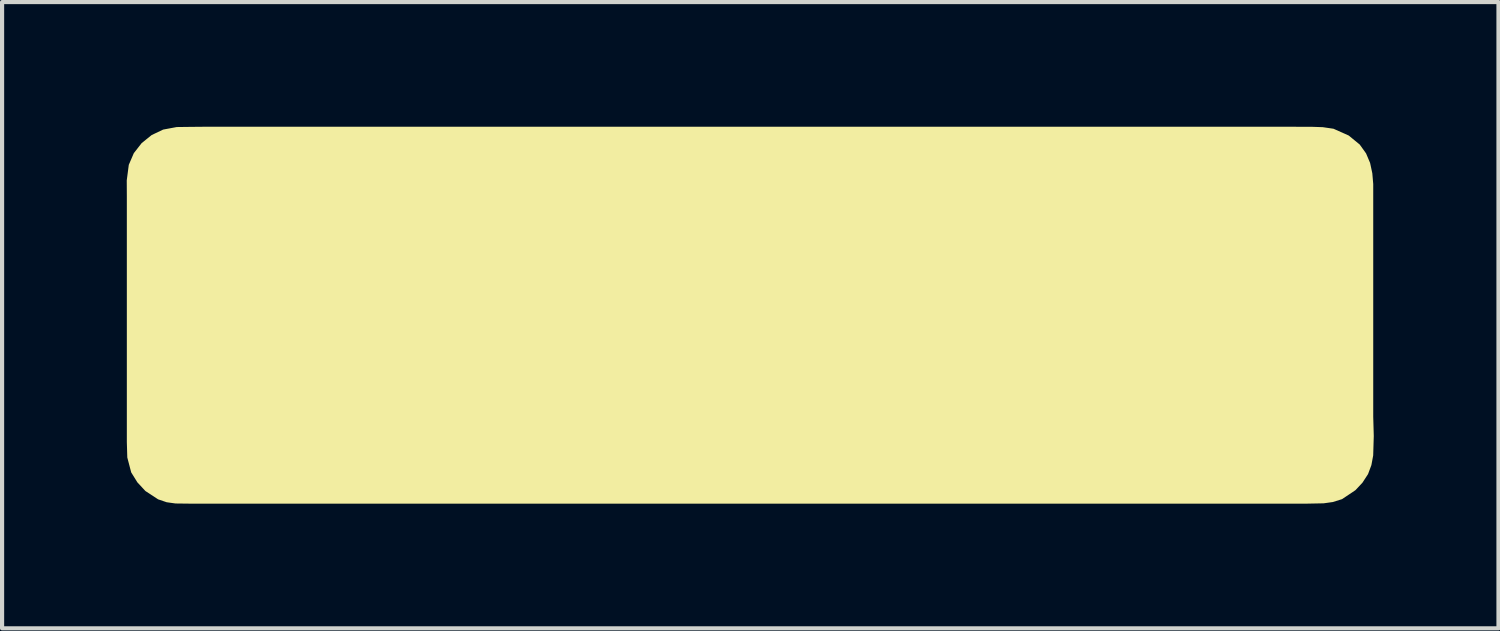
<source format=kicad_pcb>
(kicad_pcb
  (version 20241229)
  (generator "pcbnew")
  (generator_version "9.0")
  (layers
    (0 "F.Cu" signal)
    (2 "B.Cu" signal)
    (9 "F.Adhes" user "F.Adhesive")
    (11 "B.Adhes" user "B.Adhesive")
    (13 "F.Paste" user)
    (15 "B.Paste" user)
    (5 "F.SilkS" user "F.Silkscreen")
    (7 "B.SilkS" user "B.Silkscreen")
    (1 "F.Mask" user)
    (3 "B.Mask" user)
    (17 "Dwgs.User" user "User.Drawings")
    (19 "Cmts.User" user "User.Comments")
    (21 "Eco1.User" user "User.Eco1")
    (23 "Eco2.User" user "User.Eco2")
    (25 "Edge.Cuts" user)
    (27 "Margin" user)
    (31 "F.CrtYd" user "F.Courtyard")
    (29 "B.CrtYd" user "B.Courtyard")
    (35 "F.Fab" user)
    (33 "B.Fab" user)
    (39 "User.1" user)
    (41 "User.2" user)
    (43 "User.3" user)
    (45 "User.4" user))
  (footprint "footprint"
    (layer "F.Cu")
    (at 14.968 4.554)
    (property "Reference" "footprint" (at 0 0 0) (layer "F.SilkS") (effects (font (size 1.27 1.27) (thickness 0.15))))
    (fp_poly (pts (xy 13.378 -0.71) (xy 12.91 -0.71) (xy 12.91 -2.5) (xy 13.378 -2.5)) (stroke (width 0) (type solid)) (fill yes) (layer "F.SilkS"))
    (fp_poly (pts (xy 13.22 -3.189) (xy 13.375 -3.089) (xy 13.417 -2.984) (xy 13.407 -2.871) (xy 13.351 -2.773) (xy 13.256 -2.709) (xy 13.06 -2.702) (xy 12.913 -2.804) (xy 12.872 -2.909) (xy 12.882 -3.023) (xy 12.938 -3.122) (xy 13.065 -3.191)) (stroke (width 0) (type solid)) (fill yes) (layer "F.SilkS"))
    (fp_poly (pts (xy 7.929 -2.031) (xy 7.696 -2.045) (xy 7.583 -2.026) (xy 7.482 -1.967) (xy 7.424 -1.888) (xy 7.401 -1.799) (xy 7.401 -1.605) (xy 7.401 -0.71) (xy 6.932 -0.71) (xy 6.932 -2.5) (xy 7.38 -2.5) (xy 7.38 -2.318) (xy 7.563 -2.473) (xy 7.929 -2.52)) (stroke (width 0) (type solid)) (fill yes) (layer "F.SilkS"))
    (fp_poly (pts (xy 11.467 -3.11) (xy 11.902 -3.086) (xy 12.107 -3.03) (xy 12.301 -2.92) (xy 12.457 -2.746) (xy 12.549 -2.528) (xy 12.577 -2.293) (xy 12.539 -2.061) (xy 12.434 -1.851) (xy 12.26 -1.693) (xy 12.019 -1.592) (xy 11.764 -1.549) (xy 11.243 -1.543) (xy 11.243 -0.71) (xy 10.734 -0.71) (xy 10.734 -3.11)) (stroke (width 0) (type solid)) (fill yes) (layer "F.SilkS"))
    (fp_poly (pts (xy 6.177 1.289) (xy 6.181 1.423) (xy 6.181 1.568) (xy 5.981 1.564) (xy 5.794 1.615) (xy 5.682 1.723) (xy 5.628 1.846) (xy 5.611 2.136) (xy 5.611 3.072) (xy 5.305 3.072) (xy 5.305 1.486) (xy 5.308 1.277) (xy 5.449 1.273) (xy 5.61 1.274) (xy 5.61 1.393) (xy 5.611 1.485) (xy 5.62 1.486) (xy 5.689 1.385) (xy 5.785 1.315) (xy 6.017 1.262) (xy 6.099 1.26)) (stroke (width 0) (type solid)) (fill yes) (layer "F.SilkS"))
    (fp_poly (pts (xy 6.711 -2.448) (xy 6.709 -2.377) (xy 6.705 -2.206) (xy 6.702 -2.03) (xy 6.426 -2.041) (xy 6.304 -2) (xy 6.21 -1.873) (xy 6.192 -1.75) (xy 6.188 -1.725) (xy 6.188 -1.702) (xy 6.18 -1.581) (xy 6.164 -0.71) (xy 5.692 -0.71) (xy 5.692 -2.5) (xy 6.017 -2.5) (xy 6.153 -2.499) (xy 6.16 -2.297) (xy 6.171 -2.297) (xy 6.235 -2.397) (xy 6.324 -2.467) (xy 6.546 -2.52) (xy 6.714 -2.529)) (stroke (width 0) (type solid)) (fill yes) (layer "F.SilkS"))
    (fp_poly (pts (xy -0.225 1.326) (xy -0.49 1.325) (xy -0.49 0.672) (xy 0.141 0.667) (xy 0.443 0.678) (xy 0.751 0.753) (xy 0.944 0.9) (xy 1.058 1.115) (xy 1.083 1.357) (xy 1.009 1.588) (xy 0.89 1.719) (xy 0.752 1.831) (xy 0.951 1.924) (xy 1.081 2.095) (xy 1.141 2.302) (xy 1.137 2.524) (xy 1.068 2.737) (xy 0.935 2.903) (xy 0.765 3.003) (xy 0.585 3.053) (xy 0.202 3.072) (xy -0.49 3.072) (xy -0.49 1.326)) (stroke (width 0) (type solid)) (fill yes) (layer "F.SilkS"))
    (fp_poly (pts (xy 2.459 1.275) (xy 2.694 1.367) (xy 2.879 1.522) (xy 3.012 1.726) (xy 3.091 1.963) (xy 3.112 2.173) (xy 3.112 2.173) (xy 3.116 2.209) (xy 3.115 2.216) (xy 3.088 2.454) (xy 3.004 2.687) (xy 2.863 2.889) (xy 2.658 3.032) (xy 2.419 3.106) (xy 2.137 3.111) (xy 1.9 3.023) (xy 1.702 2.85) (xy 1.562 2.617) (xy 1.485 2.361) (xy 1.468 2.092) (xy 1.516 1.826) (xy 1.632 1.587) (xy 1.862 1.376) (xy 2.154 1.268)) (stroke (width 0) (type solid)) (fill yes) (layer "F.SilkS"))
    (fp_poly (pts (xy 7.849 2.96) (xy 7.848 3.08) (xy 7.695 3.081) (xy 7.543 3.079) (xy 7.542 2.91) (xy 7.374 3.033) (xy 7.177 3.099) (xy 6.953 3.113) (xy 6.689 3.025) (xy 6.506 2.841) (xy 6.396 2.601) (xy 6.345 2.329) (xy 6.344 2.046) (xy 6.386 1.791) (xy 6.47 1.592) (xy 6.604 1.424) (xy 6.782 1.307) (xy 6.993 1.262) (xy 7.238 1.285) (xy 7.39 1.347) (xy 7.522 1.444) (xy 7.522 0.55) (xy 7.848 0.55) (xy 7.848 2.868)) (stroke (width 0) (type solid)) (fill yes) (layer "F.SilkS"))
    (fp_poly (pts (xy 2.48 -2.358) (xy 2.732 -2.504) (xy 3.012 -2.516) (xy 3.273 -2.409) (xy 3.47 -2.195) (xy 3.547 -1.987) (xy 3.578 -1.768) (xy 3.582 -1.639) (xy 3.582 -1.639) (xy 3.588 -1.502) (xy 3.554 -1.228) (xy 3.456 -0.976) (xy 3.273 -0.778) (xy 3.008 -0.683) (xy 2.784 -0.683) (xy 2.597 -0.75) (xy 2.428 -0.88) (xy 2.427 -0.708) (xy 2.093 -0.71) (xy 1.974 -0.707) (xy 1.971 -0.873) (xy 1.971 -3.069) (xy 1.972 -3.231) (xy 2.134 -3.232) (xy 2.46 -3.232)) (stroke (width 0) (type solid)) (fill yes) (layer "F.SilkS"))
    (fp_poly (pts (xy -5.573 -3.1) (xy -5.572 -3.11) (xy -5.511 -3.109) (xy -5.45 -3.11) (xy -5.145 -3.11) (xy -4.514 -3.107) (xy -4.205 -3.038) (xy -3.945 -2.866) (xy -3.833 -2.681) (xy -3.782 -2.451) (xy -3.791 -2.223) (xy -3.856 -2.009) (xy -3.989 -1.827) (xy -4.189 -1.727) (xy -3.989 -1.32) (xy -3.82 -0.975) (xy -3.701 -0.71) (xy -4.068 -0.71) (xy -4.222 -0.708) (xy -4.336 -0.913) (xy -4.573 -1.361) (xy -4.695 -1.583) (xy -5.063 -1.584) (xy -5.063 -0.71) (xy -5.573 -0.71) (xy -5.573 -2.906)) (stroke (width 0) (type solid)) (fill yes) (layer "F.SilkS"))
    (fp_poly (pts (xy -4.366 0.673) (xy -4.154 0.761) (xy -3.971 0.898) (xy -3.828 1.072) (xy -3.728 1.282) (xy -3.666 1.625) (xy -3.661 1.919) (xy -3.661 1.919) (xy -3.66 1.974) (xy -3.726 2.439) (xy -3.816 2.66) (xy -3.951 2.85) (xy -4.127 2.994) (xy -4.352 3.086) (xy -4.657 3.113) (xy -4.922 3.065) (xy -5.174 2.935) (xy -5.358 2.745) (xy -5.485 2.506) (xy -5.557 2.237) (xy -5.583 1.961) (xy -5.573 1.689) (xy -5.473 1.243) (xy -5.369 1.036) (xy -5.225 0.862) (xy -5.045 0.737) (xy -4.82 0.658) (xy -4.588 0.638)) (stroke (width 0) (type solid)) (fill yes) (layer "F.SilkS"))
    (fp_poly (pts (xy 8.512 -2.49) (xy 8.607 -2.195) (xy 8.844 -1.424) (xy 9.08 -2.174) (xy 9.175 -2.49) (xy 9.311 -2.5) (xy 9.678 -2.5) (xy 9.581 -2.16) (xy 9.461 -1.828) (xy 9.289 -1.353) (xy 9.129 -0.873) (xy 9.019 -0.512) (xy 8.945 -0.334) (xy 8.844 -0.181) (xy 8.703 -0.067) (xy 8.543 -0.01) (xy 8.193 -0.018) (xy 8.193 -0.385) (xy 8.34 -0.403) (xy 8.477 -0.458) (xy 8.575 -0.559) (xy 8.609 -0.71) (xy 8.518 -0.995) (xy 8.348 -1.505) (xy 8.166 -2.011) (xy 8.067 -2.251) (xy 8.009 -2.5) (xy 8.376 -2.5)) (stroke (width 0) (type solid)) (fill yes) (layer "F.SilkS"))
    (fp_poly (pts (xy 4.346 -1.293) (xy 4.421 -1.185) (xy 4.525 -1.117) (xy 4.649 -1.086) (xy 4.914 -1.119) (xy 5.143 -1.26) (xy 5.164 -1.26) (xy 5.294 -1.139) (xy 5.381 -0.995) (xy 5.35 -0.924) (xy 5.279 -0.859) (xy 5.123 -0.767) (xy 4.87 -0.685) (xy 4.602 -0.673) (xy 4.339 -0.731) (xy 4.106 -0.859) (xy 3.937 -1.054) (xy 3.837 -1.311) (xy 3.804 -1.575) (xy 3.827 -1.843) (xy 3.914 -2.105) (xy 4.065 -2.313) (xy 4.279 -2.455) (xy 4.523 -2.523) (xy 4.779 -2.518) (xy 5.02 -2.44) (xy 5.221 -2.291) (xy 5.361 -2.073) (xy 5.425 -1.761) (xy 5.428 -1.442) (xy 4.31 -1.442)) (stroke (width 0) (type solid)) (fill yes) (layer "F.SilkS"))
    (fp_poly (pts (xy 1.351 -2.428) (xy 1.558 -2.215) (xy 1.65 -1.997) (xy 1.697 -1.739) (xy 1.697 -1.639) (xy 1.697 -1.639) (xy 1.698 -1.489) (xy 1.657 -1.244) (xy 1.564 -1.005) (xy 1.417 -0.814) (xy 1.215 -0.695) (xy 0.955 -0.669) (xy 0.751 -0.728) (xy 0.569 -0.831) (xy 0.569 -0.263) (xy 0.567 -0.148) (xy 0.563 -0.02) (xy 0.506 -0.018) (xy 0.446 -0.018) (xy 0.238 -0.018) (xy 0.135 -0.022) (xy 0.078 -0.02) (xy 0.078 -0.364) (xy 0.08 -0.649) (xy 0.08 -2.316) (xy 0.081 -2.501) (xy 0.182 -2.5) (xy 0.364 -2.505) (xy 0.554 -2.502) (xy 0.552 -2.418) (xy 0.548 -2.338) (xy 0.801 -2.491) (xy 1.083 -2.521)) (stroke (width 0) (type solid)) (fill yes) (layer "F.SilkS"))
    (fp_poly (pts (xy -2.246 1.27) (xy -2.041 1.358) (xy -1.895 1.526) (xy -1.831 1.796) (xy -1.831 2.075) (xy -1.831 3.072) (xy -2.136 3.072) (xy -2.136 2.421) (xy -2.12 2.014) (xy -2.143 1.801) (xy -2.225 1.628) (xy -2.308 1.561) (xy -2.406 1.527) (xy -2.619 1.549) (xy -2.808 1.66) (xy -2.903 1.816) (xy -2.911 1.969) (xy -2.908 2.136) (xy -2.91 2.742) (xy -2.911 2.892) (xy -2.912 3.079) (xy -2.969 3.078) (xy -3.059 3.08) (xy -3.235 3.078) (xy -3.235 1.486) (xy -3.234 1.293) (xy -3.09 1.287) (xy -2.941 1.29) (xy -2.941 1.4) (xy -2.942 1.507) (xy -2.927 1.503) (xy -2.815 1.393) (xy -2.685 1.319) (xy -2.472 1.259)) (stroke (width 0) (type solid)) (fill yes) (layer "F.SilkS"))
    (fp_poly (pts (xy -2.383 -2.478) (xy -2.156 -2.337) (xy -2.066 -2.212) (xy -2.017 -2.071) (xy -1.993 -1.768) (xy -1.994 -1.401) (xy -1.994 -1.3) (xy -1.994 -1.3) (xy -1.993 -1.036) (xy -1.932 -0.71) (xy -2.278 -0.71) (xy -2.413 -0.711) (xy -2.462 -0.852) (xy -2.693 -0.714) (xy -2.963 -0.672) (xy -3.224 -0.736) (xy -3.431 -0.913) (xy -3.523 -1.157) (xy -3.487 -1.397) (xy -3.348 -1.602) (xy -3.132 -1.741) (xy -2.811 -1.805) (xy -2.482 -1.809) (xy -2.503 -1.985) (xy -2.604 -2.126) (xy -2.725 -2.164) (xy -2.849 -2.14) (xy -2.948 -2.066) (xy -2.99 -1.95) (xy -3.479 -1.95) (xy -3.458 -2.096) (xy -3.402 -2.22) (xy -3.204 -2.408) (xy -2.949 -2.508) (xy -2.667 -2.534)) (stroke (width 0) (type solid)) (fill yes) (layer "F.SilkS"))
    (fp_poly (pts (xy 4.53 1.32) (xy 4.73 1.485) (xy 4.802 1.633) (xy 4.833 1.791) (xy 4.839 2.116) (xy 4.831 2.427) (xy 4.831 2.427) (xy 4.831 2.452) (xy 4.839 2.787) (xy 4.9 3.072) (xy 4.568 3.075) (xy 4.533 2.91) (xy 4.369 3.021) (xy 4.189 3.093) (xy 3.999 3.118) (xy 3.801 3.086) (xy 3.572 2.943) (xy 3.442 2.719) (xy 3.426 2.462) (xy 3.543 2.217) (xy 3.686 2.101) (xy 3.86 2.033) (xy 4.228 1.994) (xy 4.398 2) (xy 4.48 1.984) (xy 4.529 1.933) (xy 4.519 1.791) (xy 4.466 1.678) (xy 4.377 1.593) (xy 4.138 1.515) (xy 4.011 1.527) (xy 3.901 1.575) (xy 3.819 1.663) (xy 3.781 1.791) (xy 3.455 1.791) (xy 3.479 1.656) (xy 3.538 1.539) (xy 3.741 1.362) (xy 3.991 1.27) (xy 4.262 1.252)) (stroke (width 0) (type solid)) (fill yes) (layer "F.SilkS"))
    (fp_poly (pts (xy -13.794 4.511) (xy -14.008 4.481) (xy -14.214 4.411) (xy -14.519 4.211) (xy -14.712 4.003) (xy -14.861 3.763) (xy -14.955 3.404) (xy -14.966 3.031) (xy -14.966 -2.886) (xy -14.968 -3.264) (xy -14.919 -3.638) (xy -14.798 -3.919) (xy -14.608 -4.162) (xy -14.368 -4.355) (xy -14.092 -4.486) (xy -13.766 -4.547) (xy -13.443 -4.551) (xy -13.116 -4.554) (xy 13.012 -4.554) (xy 13.543 -4.553) (xy 13.811 -4.544) (xy 14.069 -4.506) (xy 14.435 -4.343) (xy 14.7 -4.126) (xy 14.853 -3.912) (xy 14.95 -3.682) (xy 15.003 -3.434) (xy 15.025 -3.176) (xy 15.025 -2.662) (xy 15.025 2.421) (xy 15.038 2.888) (xy 15.024 3.355) (xy 14.981 3.587) (xy 14.9 3.804) (xy 14.766 4.01) (xy 14.598 4.19) (xy 14.273 4.407) (xy 14.053 4.476) (xy 13.832 4.507) (xy 13.378 4.516) (xy -13.36 4.516)) (stroke (width 0) (type solid)) (fill yes) (layer "F.SilkS"))
    (fp_poly (pts (xy -0.491 -2.42) (xy -0.363 -2.322) (xy -0.268 -2.195) (xy -0.204 -1.95) (xy -0.693 -1.95) (xy -0.732 -2.051) (xy -0.799 -2.124) (xy -0.889 -2.166) (xy -0.997 -2.174) (xy -1.147 -2.109) (xy -1.203 -2.046) (xy -1.214 -1.971) (xy -1.153 -1.882) (xy -1.045 -1.827) (xy -0.814 -1.771) (xy -0.603 -1.713) (xy -0.407 -1.619) (xy -0.297 -1.507) (xy -0.229 -1.366) (xy -0.207 -1.211) (xy -0.231 -1.056) (xy -0.32 -0.901) (xy -0.457 -0.792) (xy -0.622 -0.724) (xy -0.794 -0.689) (xy -1.108 -0.692) (xy -1.41 -0.779) (xy -1.538 -0.86) (xy -1.639 -0.969) (xy -1.706 -1.108) (xy -1.73 -1.28) (xy -1.404 -1.28) (xy -1.285 -1.27) (xy -1.18 -1.097) (xy -1.065 -1.034) (xy -0.928 -1.017) (xy -0.797 -1.05) (xy -0.7 -1.137) (xy -0.684 -1.225) (xy -0.733 -1.296) (xy -0.896 -1.381) (xy -1.392 -1.544) (xy -1.587 -1.696) (xy -1.65 -1.808) (xy -1.682 -1.95) (xy -1.672 -2.114) (xy -1.612 -2.247) (xy -1.513 -2.351) (xy -1.386 -2.429) (xy -1.088 -2.513) (xy -0.794 -2.52)) (stroke (width 0) (type solid)) (fill yes) (layer "F.SilkS"))
    (fp_poly (pts (xy -10.628 0.164) (xy -10.52 0.433) (xy -10.328 0.656) (xy -10.074 0.795) (xy -9.931 0.819) (xy -9.781 0.808) (xy -9.535 0.689) (xy -9.383 0.482) (xy -9.331 0.228) (xy -9.348 0.14) (xy -9.149 0.14) (xy -9.135 0.442) (xy -9.062 0.774) (xy -8.996 0.924) (xy -8.94 0.982) (xy -8.866 0.994) (xy -8.764 0.913) (xy -8.701 0.794) (xy -8.64 0.608) (xy -8.634 0.496) (xy -8.423 0.496) (xy -8.429 0.661) (xy -8.523 0.937) (xy -8.652 1.12) (xy -8.689 1.262) (xy -8.731 1.411) (xy -8.731 1.411) (xy -8.779 1.584) (xy -8.906 1.893) (xy -9.014 2.04) (xy -9.141 2.153) (xy -9.435 2.347) (xy -9.964 2.649) (xy -10.249 2.862) (xy -10.552 2.986) (xy -10.798 3.005) (xy -10.799 2.89) (xy -10.799 3.005) (xy -10.879 3.011) (xy -11.158 2.942) (xy -11.408 2.801) (xy -11.571 2.669) (xy -11.774 2.581) (xy -12.14 2.347) (xy -12.387 2.195) (xy -12.601 1.994) (xy -12.713 1.804) (xy -12.739 1.734) (xy -12.739 1.734) (xy -12.792 1.592) (xy -12.909 1.161) (xy -13.048 0.937) (xy -13.144 0.671) (xy -13.154 0.442) (xy -12.939 0.442) (xy -12.943 0.546) (xy -12.905 0.733) (xy -12.829 0.908) (xy -12.767 0.986) (xy -12.689 1.018) (xy -12.626 0.996) (xy -12.578 0.944) (xy -12.52 0.815) (xy -12.443 0.473) (xy -12.43 0.228) (xy -12.209 0.227) (xy -12.215 0.3) (xy -12.162 0.53) (xy -12.03 0.717) (xy -11.814 0.828) (xy -11.55 0.835) (xy -11.3 0.75) (xy -11.099 0.572) (xy -10.962 0.338) (xy -10.903 0.083) (xy -10.915 0.012) (xy -10.633 0.012)) (stroke (width 0) (type solid)) (fill yes) (layer "F.SilkS"))
    (fp_poly (pts (xy -11.509 -2.913) (xy -11.347 -2.886) (xy -11.225 -2.795) (xy -11.122 -2.755) (xy -11.024 -2.696) (xy -10.886 -2.51) (xy -10.798 -2.297) (xy -10.69 -2.507) (xy -10.554 -2.703) (xy -10.466 -2.758) (xy -10.371 -2.795) (xy -10.208 -2.9) (xy -10.066 -2.913) (xy -9.831 -2.962) (xy -9.595 -2.973) (xy -9.36 -2.944) (xy -9.13 -2.876) (xy -8.968 -2.859) (xy -8.805 -2.781) (xy -8.719 -2.759) (xy -8.652 -2.703) (xy -8.642 -2.618) (xy -8.649 -2.533) (xy -8.622 -2.398) (xy -8.64 -2.317) (xy -8.64 -2.317) (xy -8.663 -2.219) (xy -8.734 -2.052) (xy -8.771 -1.91) (xy -8.835 -1.828) (xy -8.879 -1.706) (xy -9.001 -1.584) (xy -9.188 -1.418) (xy -9.27 -1.339) (xy -9.374 -1.3) (xy -9.182 -1.114) (xy -8.991 -0.914) (xy -8.953 -0.792) (xy -9.175 -0.792) (xy -9.267 -0.93) (xy -9.433 -1.057) (xy -9.63 -1.132) (xy -9.842 -1.157) (xy -10.065 -1.137) (xy -10.017 -1.023) (xy -9.969 -0.961) (xy -10.159 -0.961) (xy -10.195 -1.035) (xy -10.332 -1.17) (xy -10.511 -1.258) (xy -10.708 -1.3) (xy -10.899 -1.296) (xy -11.087 -1.239) (xy -11.273 -1.129) (xy -11.33 -1.046) (xy -11.567 -1.046) (xy -11.49 -1.157) (xy -11.733 -1.177) (xy -11.936 -1.15) (xy -12.126 -1.071) (xy -12.285 -0.943) (xy -12.397 -0.771) (xy -12.414 -0.707) (xy -12.652 -0.707) (xy -12.604 -0.873) (xy -12.498 -1.026) (xy -12.364 -1.154) (xy -12.202 -1.3) (xy -12.305 -1.339) (xy -12.387 -1.418) (xy -12.506 -1.486) (xy -12.577 -1.601) (xy -12.72 -1.747) (xy -12.858 -2.063) (xy -12.858 -2.063) (xy -12.906 -2.174) (xy -12.909 -2.282) (xy -12.954 -2.398) (xy -12.926 -2.54) (xy -12.933 -2.622) (xy -12.923 -2.703) (xy -12.847 -2.767) (xy -12.75 -2.788) (xy -12.608 -2.859) (xy -12.465 -2.873) (xy -12.16 -2.968) (xy -11.832 -2.973)) (stroke (width 0) (type solid)) (fill yes) (layer "F.SilkS"))
    (fp_poly (pts (xy -11.385 -0.966) (xy -11.383 -0.872) (xy -11.326 -0.771) (xy -11.245 -0.697) (xy -11.093 -0.624) (xy -10.92 -0.588) (xy -10.574 -0.589) (xy -10.401 -0.629) (xy -10.24 -0.717) (xy -10.147 -0.854) (xy -10.149 -0.939) (xy -10.16 -0.961) (xy -9.969 -0.961) (xy -9.936 -0.918) (xy -9.74 -0.744) (xy -9.476 -0.524) (xy -9.212 -0.362) (xy -9.153 -0.334) (xy -9.094 -0.348) (xy -9.078 -0.405) (xy -9.09 -0.466) (xy -9.148 -0.751) (xy -9.175 -0.792) (xy -8.953 -0.792) (xy -8.869 -0.527) (xy -8.866 -0.424) (xy -8.845 -0.324) (xy -8.741 -0.207) (xy -8.622 -0.101) (xy -8.486 0.118) (xy -8.418 0.367) (xy -8.422 0.496) (xy -8.633 0.496) (xy -8.629 0.408) (xy -8.67 0.213) (xy -8.768 0.042) (xy -8.891 -0.085) (xy -8.969 -0.132) (xy -9.049 -0.137) (xy -9.102 -0.099) (xy -9.132 -0.036) (xy -9.15 0.103) (xy -9.149 0.14) (xy -9.348 0.14) (xy -9.382 -0.039) (xy -9.516 -0.267) (xy -9.707 -0.44) (xy -9.942 -0.538) (xy -10.208 -0.544) (xy -10.421 -0.452) (xy -10.565 -0.281) (xy -10.635 -0.066) (xy -10.633 0.012) (xy -10.915 0.012) (xy -10.943 -0.164) (xy -11.076 -0.369) (xy -11.279 -0.5) (xy -11.53 -0.523) (xy -11.754 -0.455) (xy -11.949 -0.329) (xy -12.101 -0.153) (xy -12.193 0.063) (xy -12.208 0.226) (xy -12.43 0.227) (xy -12.425 0.123) (xy -12.442 -0.036) (xy -12.478 -0.105) (xy -12.546 -0.134) (xy -12.674 -0.079) (xy -12.776 0.022) (xy -12.879 0.184) (xy -12.934 0.361) (xy -12.939 0.442) (xy -13.155 0.442) (xy -13.157 0.388) (xy -13.083 0.117) (xy -12.933 -0.121) (xy -12.825 -0.218) (xy -12.73 -0.324) (xy -12.71 -0.414) (xy -12.71 -0.507) (xy -12.652 -0.707) (xy -12.414 -0.707) (xy -12.453 -0.561) (xy -12.465 -0.345) (xy -12.12 -0.511) (xy -11.672 -0.893) (xy -11.567 -1.046) (xy -11.329 -1.046)) (stroke (width 0) (type solid)) (fill yes) (layer "F.SilkS")))
  (gr_rect
    (start -3 -3)
    (end 33.007 12.069)
    (stroke (width 0.1) (type default))
    (fill no)
    (layer "Edge.Cuts")))
</source>
